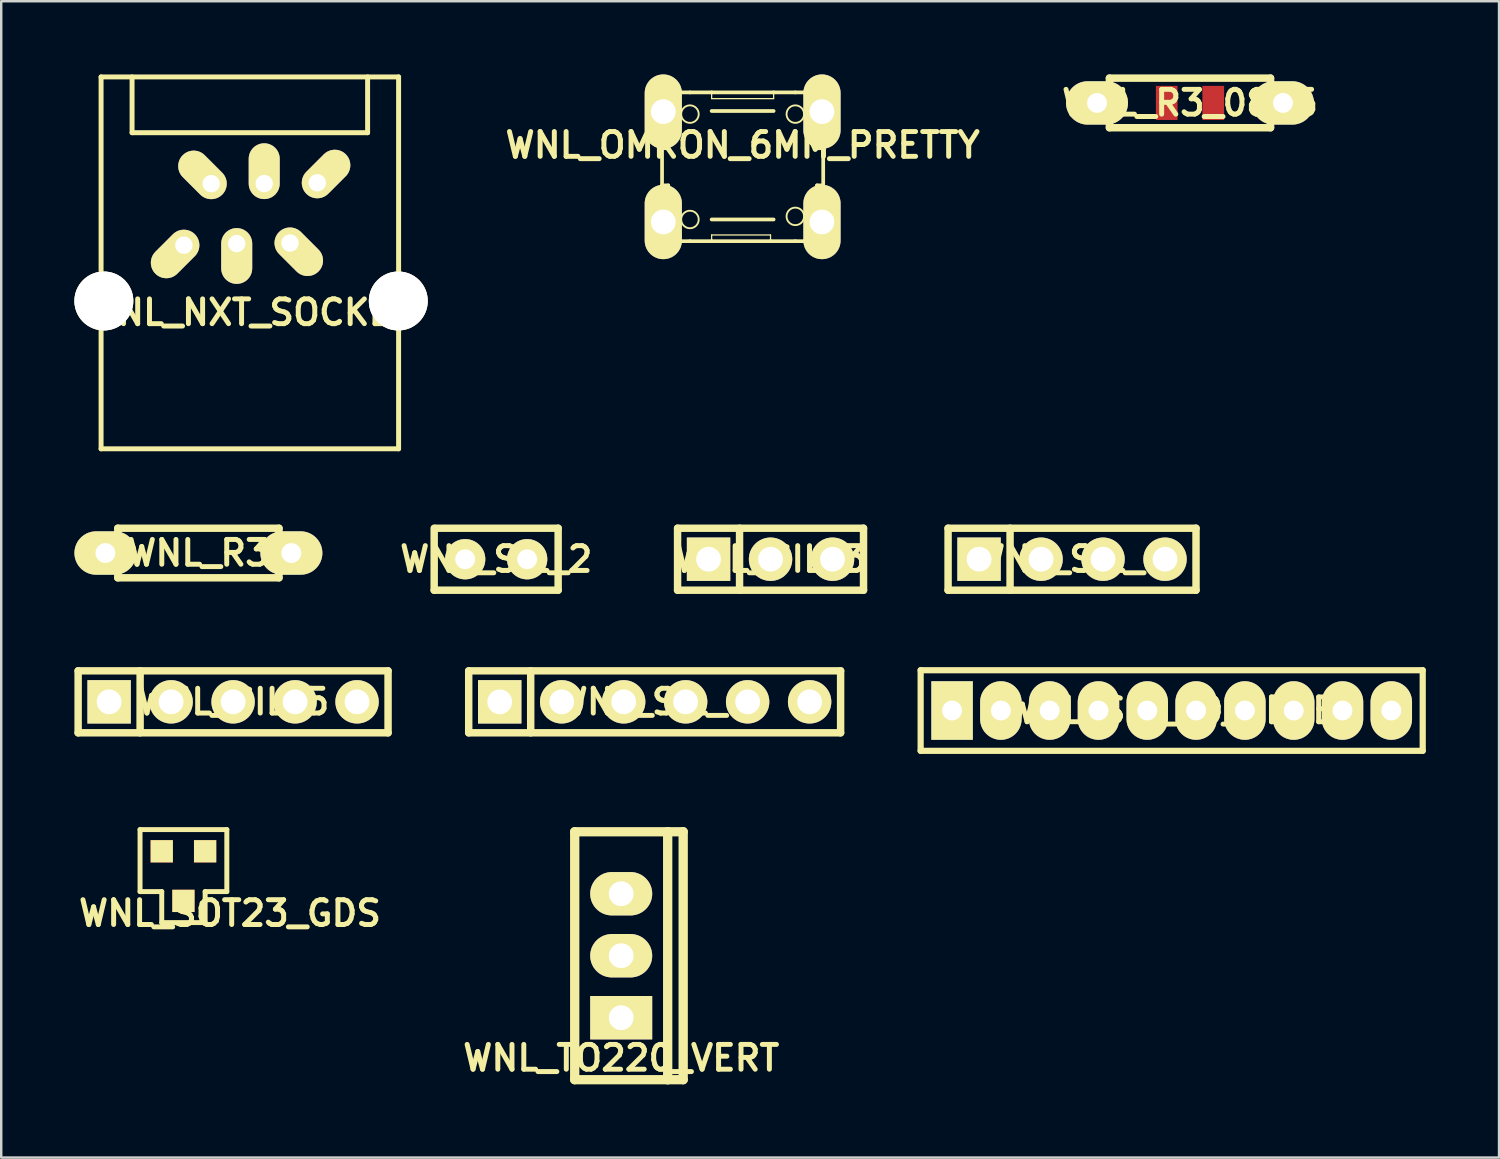
<source format=kicad_pcb>
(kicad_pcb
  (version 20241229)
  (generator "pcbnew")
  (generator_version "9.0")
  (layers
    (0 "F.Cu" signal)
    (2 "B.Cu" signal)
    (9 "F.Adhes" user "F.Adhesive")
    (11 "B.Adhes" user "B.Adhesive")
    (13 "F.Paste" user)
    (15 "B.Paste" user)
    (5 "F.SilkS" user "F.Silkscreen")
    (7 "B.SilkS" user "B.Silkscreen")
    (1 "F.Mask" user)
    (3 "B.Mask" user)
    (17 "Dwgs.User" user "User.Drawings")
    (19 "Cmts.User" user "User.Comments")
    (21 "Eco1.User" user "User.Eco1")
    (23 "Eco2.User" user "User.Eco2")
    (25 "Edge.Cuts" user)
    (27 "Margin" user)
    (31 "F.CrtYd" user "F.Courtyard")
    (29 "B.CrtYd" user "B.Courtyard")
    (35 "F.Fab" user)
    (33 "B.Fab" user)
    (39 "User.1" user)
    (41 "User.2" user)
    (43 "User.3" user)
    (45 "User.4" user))
  (footprint "WNL_SIL_6"
    (layer "F.Cu")
    (at 23.777 25.71)
    (property "Reference" "WNL_SIL_6" (at 0 0 0) (layer "F.SilkS") (effects (font (size 1.016 1.016) (thickness 0.203))))
    (attr through_hole)
    (fp_line (start -7.62 -1.27) (end 7.62 -1.27) (stroke (width 0.305) (type solid)) (layer "F.SilkS"))
    (fp_line (start -7.62 1.27) (end -7.62 -1.27) (stroke (width 0.305) (type solid)) (layer "F.SilkS"))
    (fp_line (start -5.08 1.27) (end -5.08 -1.27) (stroke (width 0.305) (type solid)) (layer "F.SilkS"))
    (fp_line (start 7.62 -1.27) (end 7.62 1.27) (stroke (width 0.305) (type solid)) (layer "F.SilkS"))
    (fp_line (start 7.62 1.27) (end -7.62 1.27) (stroke (width 0.305) (type solid)) (layer "F.SilkS"))
    (pad "1" thru_hole rect (at -6.35 0) (size 1.778 1.778) (drill 1.016) (layers "*.Cu" "*.Mask" "F.SilkS"))
    (pad "2" thru_hole circle (at -3.81 0) (size 1.778 1.778) (drill 1.016) (layers "*.Cu" "*.Mask" "F.SilkS"))
    (pad "3" thru_hole circle (at -1.27 0) (size 1.778 1.778) (drill 1.016) (layers "*.Cu" "*.Mask" "F.SilkS"))
    (pad "4" thru_hole circle (at 1.27 0) (size 1.778 1.778) (drill 1.016) (layers "*.Cu" "*.Mask" "F.SilkS"))
    (pad "5" thru_hole circle (at 3.81 0) (size 1.778 1.778) (drill 1.016) (layers "*.Cu" "*.Mask" "F.SilkS"))
    (pad "6" thru_hole circle (at 6.35 0) (size 1.778 1.778) (drill 1.016) (layers "*.Cu" "*.Mask" "F.SilkS")))
  (footprint "WNL_TO220_VERT"
    (layer "F.Cu")
    (at 22.406 36.114)
    (property "Reference" "WNL_TO220_VERT" (at 0 4.191 0) (layer "F.SilkS") (effects (font (size 1.016 1.016) (thickness 0.203))))
    (attr through_hole)
    (fp_line (start -1.905 -5.08) (end 1.905 -5.08) (stroke (width 0.381) (type solid)) (layer "F.SilkS"))
    (fp_line (start -1.905 5.08) (end -1.905 -5.08) (stroke (width 0.381) (type solid)) (layer "F.SilkS"))
    (fp_line (start 1.905 -5.08) (end 1.905 5.08) (stroke (width 0.381) (type solid)) (layer "F.SilkS"))
    (fp_line (start 1.905 -5.08) (end 2.54 -5.08) (stroke (width 0.381) (type solid)) (layer "F.SilkS"))
    (fp_line (start 1.905 5.08) (end -1.905 5.08) (stroke (width 0.381) (type solid)) (layer "F.SilkS"))
    (fp_line (start 2.54 -5.08) (end 2.54 5.08) (stroke (width 0.381) (type solid)) (layer "F.SilkS"))
    (fp_line (start 2.54 5.08) (end 1.905 5.08) (stroke (width 0.381) (type solid)) (layer "F.SilkS"))
    (pad "1" thru_hole oval (at 0 -2.54) (size 2.54 1.778) (drill 1.016) (layers "*.Cu" "*.Mask" "F.SilkS"))
    (pad "2" thru_hole oval (at 0 0) (size 2.54 1.778) (drill 1.016) (layers "*.Cu" "*.Mask" "F.SilkS"))
    (pad "3" thru_hole rect (at 0 2.54) (size 2.54 1.778) (drill 1.016) (layers "*.Cu" "*.Mask" "F.SilkS")))
  (footprint "WNL_NXT_SOCKET"
    (layer "F.Cu")
    (at 7.188 11.278)
    (property "Reference" "WNL_NXT_SOCKET" (at 0 -1.524 0) (layer "F.SilkS") (effects (font (size 1.016 1.016) (thickness 0.203))))
    (attr exclude_from_pos_files exclude_from_bom)
    (fp_line (start -6.096 -11.176) (end -6.096 4.064) (stroke (width 0.203) (type solid)) (layer "F.SilkS"))
    (fp_line (start -6.096 -11.176) (end 6.096 -11.176) (stroke (width 0.203) (type solid)) (layer "F.SilkS"))
    (fp_line (start -4.826 -8.89) (end -4.826 -11.176) (stroke (width 0.203) (type solid)) (layer "F.SilkS"))
    (fp_line (start 4.826 -11.176) (end 4.826 -8.89) (stroke (width 0.203) (type solid)) (layer "F.SilkS"))
    (fp_line (start 4.826 -8.89) (end -4.826 -8.89) (stroke (width 0.203) (type solid)) (layer "F.SilkS"))
    (fp_line (start 6.096 -11.176) (end 6.096 4.064) (stroke (width 0.203) (type solid)) (layer "F.SilkS"))
    (fp_line (start 6.096 4.064) (end -6.096 4.064) (stroke (width 0.203) (type solid)) (layer "F.SilkS"))
    (pad "" thru_hole circle (at -5.982 -1.994) (size 2.413 2.413) (drill 2.413) (layers "*.Cu" "F.SilkS"))
    (pad "" thru_hole circle (at 6.083 -1.994) (size 2.413 2.413) (drill 2.413) (layers "*.Cu" "F.SilkS"))
    (pad "1" thru_hole oval (at 2.764 -6.838 315) (size 1.27 2.286) (drill 0.711 (offset 0 -0.508)) (layers "*.Cu" "*.Mask" "F.SilkS"))
    (pad "2" thru_hole oval (at 1.646 -4.371 45) (size 1.27 2.286) (drill 0.711 (offset 0 0.508)) (layers "*.Cu" "*.Mask" "F.SilkS"))
    (pad "3" thru_hole oval (at 0.589 -6.805) (size 1.27 2.286) (drill 0.711 (offset 0 -0.508)) (layers "*.Cu" "*.Mask" "F.SilkS"))
    (pad "4" thru_hole oval (at -0.538 -4.346) (size 1.27 2.286) (drill 0.711 (offset 0 0.508)) (layers "*.Cu" "*.Mask" "F.SilkS"))
    (pad "5" thru_hole oval (at -1.582 -6.802 45) (size 1.27 2.286) (drill 0.711 (offset 0 -0.508)) (layers "*.Cu" "*.Mask" "F.SilkS"))
    (pad "6" thru_hole oval (at -2.703 -4.28 315) (size 1.27 2.286) (drill 0.711 (offset 0 0.508)) (layers "*.Cu" "*.Mask" "F.SilkS")))
  (footprint "WNL_SIL_10_XBEE"
    (layer "F.Cu")
    (at 44.964 26.066)
    (property "Reference" "WNL_SIL_10_XBEE" (at 0 0 0) (layer "F.SilkS") (effects (font (size 1.016 1.016) (thickness 0.203))))
    (attr through_hole)
    (fp_line (start -10.287 -1.651) (end -10.287 1.651) (stroke (width 0.254) (type solid)) (layer "F.SilkS"))
    (fp_line (start -10.287 -1.651) (end 10.287 -1.651) (stroke (width 0.254) (type solid)) (layer "F.SilkS"))
    (fp_line (start 10.287 -1.651) (end 10.287 1.651) (stroke (width 0.254) (type solid)) (layer "F.SilkS"))
    (fp_line (start 10.287 1.651) (end -10.287 1.651) (stroke (width 0.254) (type solid)) (layer "F.SilkS"))
    (pad "1" thru_hole rect (at -8.999 0) (size 1.699 2.4) (drill 0.813) (layers "*.Cu" "*.Mask" "F.SilkS"))
    (pad "2" thru_hole oval (at -7 0) (size 1.699 2.4) (drill 0.813) (layers "*.Cu" "*.Mask" "F.SilkS"))
    (pad "3" thru_hole oval (at -5.001 0) (size 1.699 2.4) (drill 0.813) (layers "*.Cu" "*.Mask" "F.SilkS"))
    (pad "4" thru_hole oval (at -3 0) (size 1.699 2.4) (drill 0.813) (layers "*.Cu" "*.Mask" "F.SilkS"))
    (pad "5" thru_hole oval (at -1.001 0) (size 1.699 2.4) (drill 0.813) (layers "*.Cu" "*.Mask" "F.SilkS"))
    (pad "6" thru_hole oval (at 1.001 0) (size 1.699 2.4) (drill 0.813) (layers "*.Cu" "*.Mask" "F.SilkS"))
    (pad "7" thru_hole oval (at 3 0) (size 1.699 2.4) (drill 0.813) (layers "*.Cu" "*.Mask" "F.SilkS"))
    (pad "8" thru_hole oval (at 5.001 0) (size 1.699 2.4) (drill 0.813) (layers "*.Cu" "*.Mask" "F.SilkS"))
    (pad "9" thru_hole oval (at 7 0) (size 1.699 2.4) (drill 0.813) (layers "*.Cu" "*.Mask" "F.SilkS"))
    (pad "10" thru_hole oval (at 8.999 0) (size 1.699 2.4) (drill 0.813) (layers "*.Cu" "*.Mask" "F.SilkS")))
  (footprint "WNL_SIL_2"
    (layer "F.Cu")
    (at 17.282 19.866)
    (property "Reference" "WNL_SIL_2" (at 0 0 0) (layer "F.SilkS") (effects (font (size 1.016 1.016) (thickness 0.203))))
    (attr through_hole)
    (fp_line (start -2.54 1.27) (end -2.54 -1.27) (stroke (width 0.305) (type solid)) (layer "F.SilkS"))
    (fp_line (start -2.489 -1.27) (end 2.54 -1.27) (stroke (width 0.305) (type solid)) (layer "F.SilkS"))
    (fp_line (start 2.54 -1.27) (end 2.54 1.27) (stroke (width 0.305) (type solid)) (layer "F.SilkS"))
    (fp_line (start 2.54 1.27) (end -2.54 1.27) (stroke (width 0.305) (type solid)) (layer "F.SilkS"))
    (pad "1" thru_hole circle (at -1.27 0) (size 1.651 1.651) (drill 0.813) (layers "*.Cu" "*.Mask" "F.SilkS"))
    (pad "2" thru_hole circle (at 1.27 0) (size 1.651 1.651) (drill 0.813) (layers "*.Cu" "*.Mask" "F.SilkS")))
  (footprint "WNL_SIL_5"
    (layer "F.Cu")
    (at 6.502 25.71)
    (property "Reference" "WNL_SIL_5" (at 0 0 0) (layer "F.SilkS") (effects (font (size 1.016 1.016) (thickness 0.203))))
    (attr through_hole)
    (fp_line (start -6.35 -1.27) (end 6.35 -1.27) (stroke (width 0.305) (type solid)) (layer "F.SilkS"))
    (fp_line (start -6.35 1.27) (end -6.35 -1.27) (stroke (width 0.305) (type solid)) (layer "F.SilkS"))
    (fp_line (start -3.81 1.27) (end -3.81 -1.27) (stroke (width 0.305) (type solid)) (layer "F.SilkS"))
    (fp_line (start 6.35 -1.27) (end 6.35 1.27) (stroke (width 0.305) (type solid)) (layer "F.SilkS"))
    (fp_line (start 6.35 1.27) (end -6.35 1.27) (stroke (width 0.305) (type solid)) (layer "F.SilkS"))
    (pad "1" thru_hole rect (at -5.08 0) (size 1.778 1.778) (drill 1.016) (layers "*.Cu" "*.Mask" "F.SilkS"))
    (pad "2" thru_hole circle (at -2.54 0) (size 1.778 1.778) (drill 1.016) (layers "*.Cu" "*.Mask" "F.SilkS"))
    (pad "3" thru_hole circle (at 0 0) (size 1.778 1.778) (drill 1.016) (layers "*.Cu" "*.Mask" "F.SilkS"))
    (pad "4" thru_hole circle (at 2.54 0) (size 1.778 1.778) (drill 1.016) (layers "*.Cu" "*.Mask" "F.SilkS"))
    (pad "5" thru_hole circle (at 5.08 0) (size 1.778 1.778) (drill 1.016) (layers "*.Cu" "*.Mask" "F.SilkS")))
  (footprint "WNL_SIL_3"
    (layer "F.Cu")
    (at 28.526 19.866)
    (property "Reference" "WNL_SIL_3" (at 0 0 0) (layer "F.SilkS") (effects (font (size 1.016 1.016) (thickness 0.203))))
    (attr through_hole)
    (fp_line (start -3.81 -1.27) (end 3.81 -1.27) (stroke (width 0.305) (type solid)) (layer "F.SilkS"))
    (fp_line (start -3.81 1.27) (end -3.81 -1.27) (stroke (width 0.305) (type solid)) (layer "F.SilkS"))
    (fp_line (start -1.27 1.27) (end -1.27 -1.27) (stroke (width 0.305) (type solid)) (layer "F.SilkS"))
    (fp_line (start 3.81 -1.27) (end 3.81 1.27) (stroke (width 0.305) (type solid)) (layer "F.SilkS"))
    (fp_line (start 3.81 1.27) (end -3.81 1.27) (stroke (width 0.305) (type solid)) (layer "F.SilkS"))
    (pad "1" thru_hole rect (at -2.54 0) (size 1.778 1.778) (drill 1.016) (layers "*.Cu" "*.Mask" "F.SilkS"))
    (pad "2" thru_hole circle (at 0 0) (size 1.778 1.778) (drill 1.016) (layers "*.Cu" "*.Mask" "F.SilkS"))
    (pad "3" thru_hole circle (at 2.54 0) (size 1.778 1.778) (drill 1.016) (layers "*.Cu" "*.Mask" "F.SilkS")))
  (footprint "WNL_R3_0805"
    (layer "F.Cu")
    (at 45.714 1.168)
    (property "Reference" "WNL_R3_0805" (at 0 0 0) (layer "F.SilkS") (effects (font (size 1.016 1.016) (thickness 0.203))))
    (attr through_hole)
    (fp_line (start -3.81 0) (end -3.302 0) (stroke (width 0.305) (type solid)) (layer "F.SilkS"))
    (fp_line (start -3.302 -1.016) (end -3.302 1.016) (stroke (width 0.305) (type solid)) (layer "F.SilkS"))
    (fp_line (start -3.302 1.016) (end 3.302 1.016) (stroke (width 0.305) (type solid)) (layer "F.SilkS"))
    (fp_line (start 3.302 -1.016) (end -3.302 -1.016) (stroke (width 0.305) (type solid)) (layer "F.SilkS"))
    (fp_line (start 3.302 0) (end 3.302 -1.016) (stroke (width 0.305) (type solid)) (layer "F.SilkS"))
    (fp_line (start 3.302 1.016) (end 3.302 0) (stroke (width 0.305) (type solid)) (layer "F.SilkS"))
    (fp_line (start 3.81 0) (end 3.302 0) (stroke (width 0.305) (type solid)) (layer "F.SilkS"))
    (pad "1" thru_hole oval (at -3.81 0) (size 2.54 1.778) (drill 0.813) (layers "*.Cu" "*.Mask" "F.SilkS"))
    (pad "1" smd rect (at -0.953 0) (size 0.889 1.397) (layers "F.Cu" "F.Mask" "F.Paste"))
    (pad "2" smd rect (at 0.953 0) (size 0.889 1.397) (layers "F.Cu" "F.Mask" "F.Paste"))
    (pad "2" thru_hole oval (at 3.81 0) (size 2.54 1.778) (drill 0.813) (layers "*.Cu" "*.Mask" "F.SilkS")))
  (footprint "WNL_SOT23_GDS"
    (layer "F.Cu")
    (at 4.467 32.851)
    (property "Reference" "WNL_SOT23_GDS" (at 1.905 1.524 0) (layer "F.SilkS") (effects (font (size 1.016 1.016) (thickness 0.203))))
    (attr smd)
    (fp_line (start -1.778 -1.905) (end -1.778 0.635) (stroke (width 0.203) (type solid)) (layer "F.SilkS"))
    (fp_line (start -1.778 0.635) (end -0.889 0.635) (stroke (width 0.203) (type solid)) (layer "F.SilkS"))
    (fp_line (start -0.889 1.905) (end -0.889 0.635) (stroke (width 0.203) (type solid)) (layer "F.SilkS"))
    (fp_line (start -0.889 1.905) (end 0.889 1.905) (stroke (width 0.203) (type solid)) (layer "F.SilkS"))
    (fp_line (start 0.889 0.635) (end 0.889 1.905) (stroke (width 0.203) (type solid)) (layer "F.SilkS"))
    (fp_line (start 1.778 -1.905) (end -1.778 -1.905) (stroke (width 0.203) (type solid)) (layer "F.SilkS"))
    (fp_line (start 1.778 -1.905) (end 1.778 0.635) (stroke (width 0.203) (type solid)) (layer "F.SilkS"))
    (fp_line (start 1.778 0.635) (end 0.889 0.635) (stroke (width 0.203) (type solid)) (layer "F.SilkS"))
    (pad "D" smd rect (at 0 1.016) (size 0.914 0.914) (layers "F.Cu" "F.Mask" "F.SilkS" "F.Paste"))
    (pad "G" smd rect (at 0.889 -1.016) (size 0.914 0.914) (layers "F.Cu" "F.Mask" "F.SilkS" "F.Paste"))
    (pad "S" smd rect (at -0.889 -1.016) (size 0.914 0.914) (layers "F.Cu" "F.Mask" "F.SilkS" "F.Paste")))
  (footprint "WNL_R3"
    (layer "F.Cu")
    (at 5.08 19.612)
    (property "Reference" "WNL_R3" (at 0 0 0) (layer "F.SilkS") (effects (font (size 1.016 1.016) (thickness 0.203))))
    (attr through_hole)
    (fp_line (start -3.81 0) (end -3.302 0) (stroke (width 0.305) (type solid)) (layer "F.SilkS"))
    (fp_line (start -3.302 -1.016) (end -3.302 1.016) (stroke (width 0.305) (type solid)) (layer "F.SilkS"))
    (fp_line (start -3.302 1.016) (end 3.302 1.016) (stroke (width 0.305) (type solid)) (layer "F.SilkS"))
    (fp_line (start 3.302 -1.016) (end -3.302 -1.016) (stroke (width 0.305) (type solid)) (layer "F.SilkS"))
    (fp_line (start 3.302 0) (end 3.302 -1.016) (stroke (width 0.305) (type solid)) (layer "F.SilkS"))
    (fp_line (start 3.302 1.016) (end 3.302 0) (stroke (width 0.305) (type solid)) (layer "F.SilkS"))
    (fp_line (start 3.81 0) (end 3.302 0) (stroke (width 0.305) (type solid)) (layer "F.SilkS"))
    (pad "1" thru_hole oval (at -3.81 0) (size 2.54 1.778) (drill 0.813) (layers "*.Cu" "*.Mask" "F.SilkS"))
    (pad "2" thru_hole oval (at 3.81 0) (size 2.54 1.778) (drill 0.813) (layers "*.Cu" "*.Mask" "F.SilkS")))
  (footprint "WNL_OMRON_6MM_PRETTY"
    (layer "F.Cu")
    (at 27.382 3.785)
    (property "Reference" "WNL_OMRON_6MM_PRETTY" (at 0 -0.889 0) (layer "F.SilkS") (effects (font (size 1.016 1.016) (thickness 0.203))))
    (attr through_hole)
    (fp_line (start -3.302 -0.762) (end -3.302 0.762) (stroke (width 0.152) (type solid)) (layer "F.SilkS"))
    (fp_line (start -3.302 -0.762) (end -3.048 -0.762) (stroke (width 0.152) (type solid)) (layer "F.SilkS"))
    (fp_line (start -3.048 -2.54) (end -3.048 -1.016) (stroke (width 0.152) (type solid)) (layer "F.SilkS"))
    (fp_line (start -3.048 -0.762) (end -3.048 -1.016) (stroke (width 0.152) (type solid)) (layer "F.SilkS"))
    (fp_line (start -3.048 0.762) (end -3.302 0.762) (stroke (width 0.152) (type solid)) (layer "F.SilkS"))
    (fp_line (start -3.048 0.762) (end -3.048 1.016) (stroke (width 0.152) (type solid)) (layer "F.SilkS"))
    (fp_line (start -3.048 2.54) (end -3.048 1.016) (stroke (width 0.152) (type solid)) (layer "F.SilkS"))
    (fp_line (start -2.54 -3.048) (end -3.048 -2.54) (stroke (width 0.152) (type solid)) (layer "F.SilkS"))
    (fp_line (start -2.54 -3.048) (end -2.159 -3.048) (stroke (width 0.152) (type solid)) (layer "F.SilkS"))
    (fp_line (start -2.54 3.048) (end -3.048 2.54) (stroke (width 0.152) (type solid)) (layer "F.SilkS"))
    (fp_line (start -2.54 3.048) (end -2.159 3.048) (stroke (width 0.152) (type solid)) (layer "F.SilkS"))
    (fp_line (start -2.159 3.048) (end -1.27 3.048) (stroke (width 0.152) (type solid)) (layer "F.SilkS"))
    (fp_line (start -1.27 -3.048) (end -2.159 -3.048) (stroke (width 0.152) (type solid)) (layer "F.SilkS"))
    (fp_line (start -1.27 -3.048) (end -1.27 -2.794) (stroke (width 0.051) (type solid)) (layer "F.SilkS"))
    (fp_line (start -1.27 2.159) (end 1.27 2.159) (stroke (width 0.152) (type solid)) (layer "F.SilkS"))
    (fp_line (start -1.27 2.794) (end -1.27 3.048) (stroke (width 0.051) (type solid)) (layer "F.SilkS"))
    (fp_line (start -1.27 3.048) (end 1.143 3.048) (stroke (width 0.152) (type solid)) (layer "F.SilkS"))
    (fp_line (start 1.143 2.794) (end -1.27 2.794) (stroke (width 0.051) (type solid)) (layer "F.SilkS"))
    (fp_line (start 1.143 2.794) (end 1.143 3.048) (stroke (width 0.051) (type solid)) (layer "F.SilkS"))
    (fp_line (start 1.143 3.048) (end 2.159 3.048) (stroke (width 0.152) (type solid)) (layer "F.SilkS"))
    (fp_line (start 1.27 -3.048) (end -1.27 -3.048) (stroke (width 0.152) (type solid)) (layer "F.SilkS"))
    (fp_line (start 1.27 -2.794) (end -1.27 -2.794) (stroke (width 0.051) (type solid)) (layer "F.SilkS"))
    (fp_line (start 1.27 -2.794) (end 1.27 -3.048) (stroke (width 0.051) (type solid)) (layer "F.SilkS"))
    (fp_line (start 1.27 -2.286) (end -1.27 -2.286) (stroke (width 0.152) (type solid)) (layer "F.SilkS"))
    (fp_line (start 2.159 -3.048) (end 1.27 -3.048) (stroke (width 0.152) (type solid)) (layer "F.SilkS"))
    (fp_line (start 2.54 -3.048) (end 2.159 -3.048) (stroke (width 0.152) (type solid)) (layer "F.SilkS"))
    (fp_line (start 2.54 3.048) (end 2.159 3.048) (stroke (width 0.152) (type solid)) (layer "F.SilkS"))
    (fp_line (start 2.54 3.048) (end 3.048 2.54) (stroke (width 0.152) (type solid)) (layer "F.SilkS"))
    (fp_line (start 3.048 -2.54) (end 2.54 -3.048) (stroke (width 0.152) (type solid)) (layer "F.SilkS"))
    (fp_line (start 3.048 -1.016) (end 3.048 -2.54) (stroke (width 0.152) (type solid)) (layer "F.SilkS"))
    (fp_line (start 3.048 -0.762) (end 3.048 -1.016) (stroke (width 0.152) (type solid)) (layer "F.SilkS"))
    (fp_line (start 3.048 -0.762) (end 3.302 -0.762) (stroke (width 0.152) (type solid)) (layer "F.SilkS"))
    (fp_line (start 3.048 0.762) (end 3.048 1.016) (stroke (width 0.152) (type solid)) (layer "F.SilkS"))
    (fp_line (start 3.048 2.54) (end 3.048 1.016) (stroke (width 0.152) (type solid)) (layer "F.SilkS"))
    (fp_line (start 3.302 0.762) (end 3.048 0.762) (stroke (width 0.152) (type solid)) (layer "F.SilkS"))
    (fp_line (start 3.302 0.762) (end 3.302 -0.762) (stroke (width 0.152) (type solid)) (layer "F.SilkS"))
    (fp_circle (center -2.159 -2.159) (end -2.413 -2.413) (stroke (width 0.076) (type solid)) (fill no) (layer "F.SilkS"))
    (fp_circle (center -2.159 2.159) (end -2.413 2.413) (stroke (width 0.076) (type solid)) (fill no) (layer "F.SilkS"))
    (fp_circle (center 2.159 -2.159) (end 2.413 -2.413) (stroke (width 0.076) (type solid)) (fill no) (layer "F.SilkS"))
    (fp_circle (center 2.159 2.032) (end 2.413 2.286) (stroke (width 0.076) (type solid)) (fill no) (layer "F.SilkS"))
    (pad "1" thru_hole oval (at -3.251 -2.261) (size 1.524 3.048) (drill 1.016) (layers "*.Cu" "*.Mask" "F.SilkS" "F.Paste"))
    (pad "1" thru_hole oval (at 3.251 -2.261) (size 1.524 3.048) (drill 1.016) (layers "*.Cu" "*.Mask" "F.SilkS" "F.Paste"))
    (pad "2" thru_hole oval (at -3.251 2.261) (size 1.524 3.048) (drill 1.016) (layers "*.Cu" "*.Mask" "F.SilkS" "F.Paste"))
    (pad "2" thru_hole oval (at 3.251 2.261) (size 1.524 3.048) (drill 1.016) (layers "*.Cu" "*.Mask" "F.SilkS" "F.Paste")))
  (footprint "WNL_SIL_4"
    (layer "F.Cu")
    (at 40.881 19.866)
    (property "Reference" "WNL_SIL_4" (at 0 0 0) (layer "F.SilkS") (effects (font (size 1.016 1.016) (thickness 0.203))))
    (attr through_hole)
    (fp_line (start -5.08 -1.27) (end 5.08 -1.27) (stroke (width 0.305) (type solid)) (layer "F.SilkS"))
    (fp_line (start -5.08 1.27) (end -5.08 -1.27) (stroke (width 0.305) (type solid)) (layer "F.SilkS"))
    (fp_line (start -2.54 1.27) (end -2.54 -1.27) (stroke (width 0.305) (type solid)) (layer "F.SilkS"))
    (fp_line (start 5.08 -1.27) (end 5.08 1.27) (stroke (width 0.305) (type solid)) (layer "F.SilkS"))
    (fp_line (start 5.08 1.27) (end -5.08 1.27) (stroke (width 0.305) (type solid)) (layer "F.SilkS"))
    (pad "1" thru_hole rect (at -3.81 0) (size 1.778 1.778) (drill 1.016) (layers "*.Cu" "*.Mask" "F.SilkS"))
    (pad "2" thru_hole circle (at -1.27 0) (size 1.778 1.778) (drill 1.016) (layers "*.Cu" "*.Mask" "F.SilkS"))
    (pad "3" thru_hole circle (at 1.27 0) (size 1.778 1.778) (drill 1.016) (layers "*.Cu" "*.Mask" "F.SilkS"))
    (pad "4" thru_hole circle (at 3.81 0) (size 1.778 1.778) (drill 1.016) (layers "*.Cu" "*.Mask" "F.SilkS")))
  (gr_rect
    (start -3 -3)
    (end 58.378 44.385)
    (stroke (width 0.1) (type default))
    (fill no)
    (layer "Edge.Cuts")))
</source>
